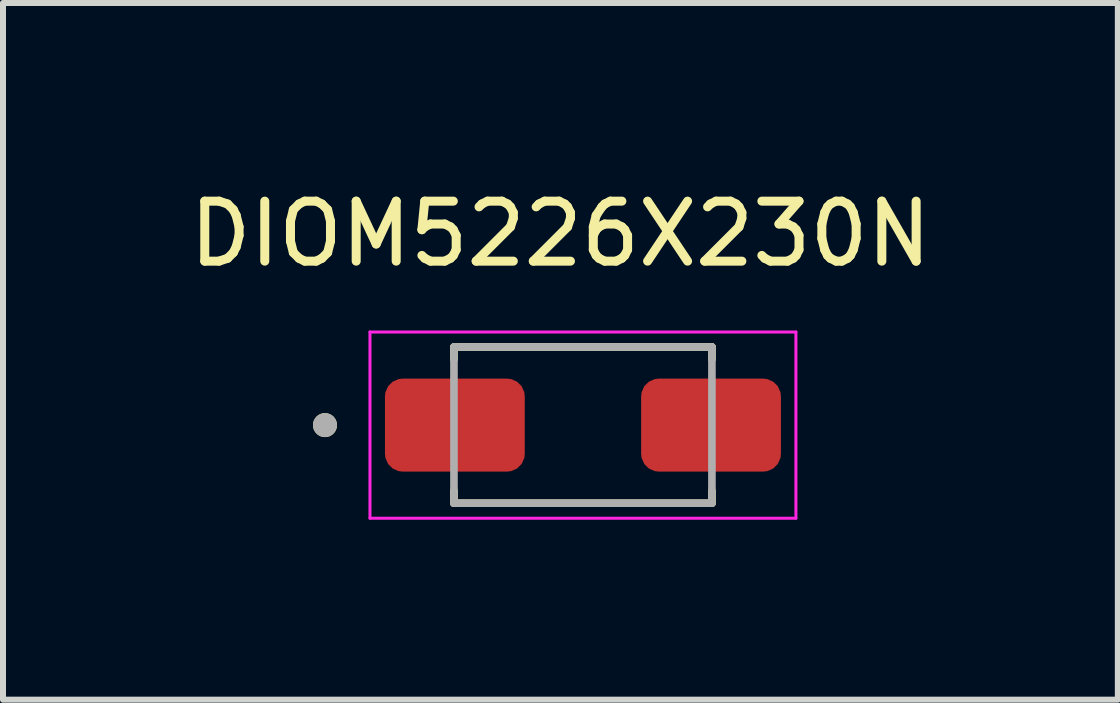
<source format=kicad_pcb>
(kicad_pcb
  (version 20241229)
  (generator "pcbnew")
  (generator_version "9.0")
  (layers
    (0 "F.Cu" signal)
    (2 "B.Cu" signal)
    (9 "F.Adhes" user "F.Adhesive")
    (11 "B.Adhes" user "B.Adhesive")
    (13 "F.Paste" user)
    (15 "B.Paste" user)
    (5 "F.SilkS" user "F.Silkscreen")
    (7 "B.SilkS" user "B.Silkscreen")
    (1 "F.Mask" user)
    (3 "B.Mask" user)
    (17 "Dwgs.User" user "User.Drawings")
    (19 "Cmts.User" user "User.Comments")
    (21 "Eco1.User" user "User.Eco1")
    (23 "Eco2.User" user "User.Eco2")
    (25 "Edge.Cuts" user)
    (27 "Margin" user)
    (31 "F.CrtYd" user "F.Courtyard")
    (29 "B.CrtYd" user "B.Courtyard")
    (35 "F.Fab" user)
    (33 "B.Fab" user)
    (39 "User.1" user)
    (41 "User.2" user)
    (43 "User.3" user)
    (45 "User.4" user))
  (footprint "DIOM5226X230N"
    (layer "F.Cu")
    (at 6.667 4.036)
    (property "Reference" "DIOM5226X230N" (at -0.375 -3.188 0) (layer "F.SilkS") (effects (font (size 1 1) (thickness 0.15))))
    (attr through_hole)
    (fp_line (start -2.15 -1.302) (end 2.15 -1.302) (stroke (width 0.127) (type solid)) (layer "F.SilkS"))
    (fp_line (start -2.15 -1.095) (end -2.15 -1.302) (stroke (width 0.127) (type solid)) (layer "F.SilkS"))
    (fp_line (start -2.15 1.302) (end -2.15 1.095) (stroke (width 0.127) (type solid)) (layer "F.SilkS"))
    (fp_line (start 2.15 -1.302) (end 2.15 -1.095) (stroke (width 0.127) (type solid)) (layer "F.SilkS"))
    (fp_line (start 2.15 1.302) (end -2.15 1.302) (stroke (width 0.127) (type solid)) (layer "F.SilkS"))
    (fp_line (start 2.15 1.302) (end 2.15 1.095) (stroke (width 0.127) (type solid)) (layer "F.SilkS"))
    (fp_circle (center -4.3 0) (end -4.2 0) (stroke (width 0.2) (type solid)) (fill no) (layer "F.SilkS"))
    (fp_line (start -3.55 -1.552) (end -3.55 1.552) (stroke (width 0.05) (type solid)) (layer "F.CrtYd"))
    (fp_line (start -3.55 1.552) (end 3.55 1.552) (stroke (width 0.05) (type solid)) (layer "F.CrtYd"))
    (fp_line (start 3.55 -1.552) (end -3.55 -1.552) (stroke (width 0.05) (type solid)) (layer "F.CrtYd"))
    (fp_line (start 3.55 1.552) (end 3.55 -1.552) (stroke (width 0.05) (type solid)) (layer "F.CrtYd"))
    (fp_line (start -2.15 -1.302) (end 2.15 -1.302) (stroke (width 0.127) (type solid)) (layer "F.Fab"))
    (fp_line (start -2.15 1.302) (end -2.15 -1.302) (stroke (width 0.127) (type solid)) (layer "F.Fab"))
    (fp_line (start 2.15 -1.302) (end 2.15 1.302) (stroke (width 0.127) (type solid)) (layer "F.Fab"))
    (fp_line (start 2.15 1.302) (end -2.15 1.302) (stroke (width 0.127) (type solid)) (layer "F.Fab"))
    (fp_circle (center -4.3 0) (end -4.2 0) (stroke (width 0.2) (type solid)) (fill no) (layer "F.Fab"))
    (pad "1" smd roundrect (at -2.135 0) (size 2.33 1.55) (layers "F.Cu" "F.Mask" "F.Paste") (roundrect_rratio 0.19))
    (pad "2" smd roundrect (at 2.135 0) (size 2.33 1.55) (layers "F.Cu" "F.Mask" "F.Paste") (roundrect_rratio 0.19)))
  (gr_rect
    (start -3 -3)
    (end 15.583 8.613)
    (stroke (width 0.1) (type default))
    (fill no)
    (layer "Edge.Cuts")))
</source>
